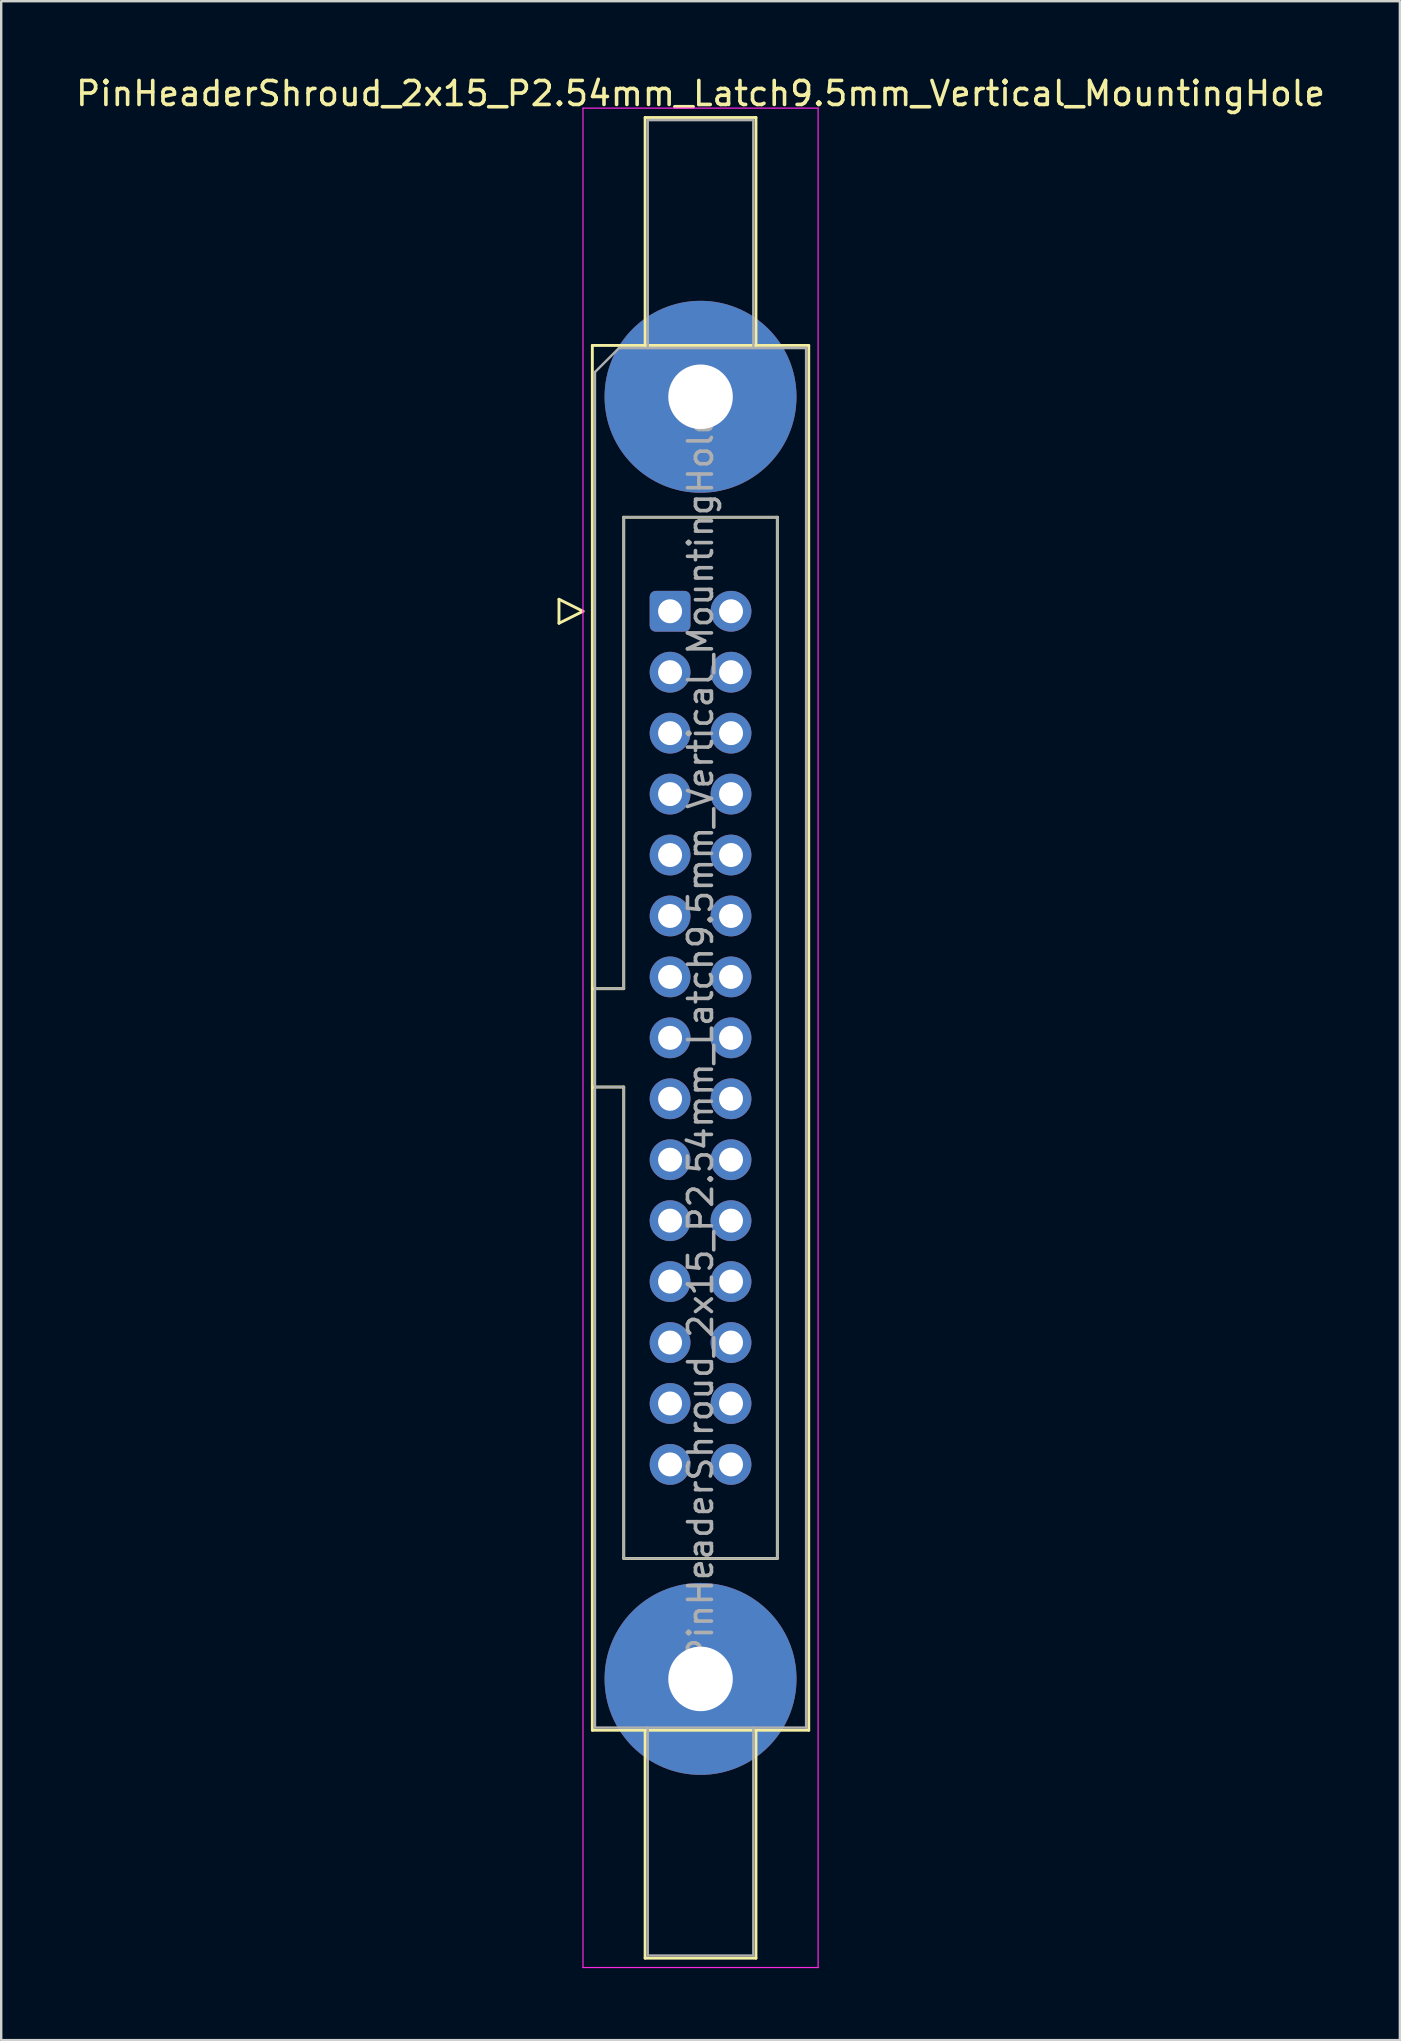
<source format=kicad_pcb>
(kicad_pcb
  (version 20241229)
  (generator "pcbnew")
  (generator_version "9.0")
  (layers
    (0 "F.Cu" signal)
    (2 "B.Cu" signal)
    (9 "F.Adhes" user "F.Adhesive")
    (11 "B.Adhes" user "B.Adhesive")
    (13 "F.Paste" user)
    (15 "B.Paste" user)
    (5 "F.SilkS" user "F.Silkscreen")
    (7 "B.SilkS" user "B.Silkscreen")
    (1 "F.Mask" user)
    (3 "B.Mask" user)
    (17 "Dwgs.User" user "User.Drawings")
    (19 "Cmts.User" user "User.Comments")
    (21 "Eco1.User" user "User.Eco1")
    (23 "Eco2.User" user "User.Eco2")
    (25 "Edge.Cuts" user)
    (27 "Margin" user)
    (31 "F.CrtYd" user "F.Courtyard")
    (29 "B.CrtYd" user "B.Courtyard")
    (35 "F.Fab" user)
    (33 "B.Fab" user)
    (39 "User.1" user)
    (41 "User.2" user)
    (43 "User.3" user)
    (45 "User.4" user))
  (footprint "PinHeaderShroud_2x15_P2.54mm_Latch9.5mm_Vertical_MountingHole"
    (layer "F.Cu")
    (at 24.879 22.428)
    (property "Reference" "PinHeaderShroud_2x15_P2.54mm_Latch9.5mm_Vertical_MountingHole" (at 1.27 -21.58 0) (layer "F.SilkS") (effects (font (size 1 1) (thickness 0.15))))
    (attr through_hole)
    (fp_line (start -4.63 -0.5) (end -4.63 0.5) (stroke (width 0.12) (type solid)) (layer "F.SilkS"))
    (fp_line (start -4.63 0.5) (end -3.63 0) (stroke (width 0.12) (type solid)) (layer "F.SilkS"))
    (fp_line (start -3.63 0) (end -4.63 -0.5) (stroke (width 0.12) (type solid)) (layer "F.SilkS"))
    (fp_line (start -3.24 -11.08) (end 5.78 -11.08) (stroke (width 0.12) (type solid)) (layer "F.SilkS"))
    (fp_line (start -3.24 15.73) (end -1.93 15.73) (stroke (width 0.12) (type solid)) (layer "F.SilkS"))
    (fp_line (start -3.24 19.83) (end -1.93 19.83) (stroke (width 0.12) (type solid)) (layer "F.SilkS"))
    (fp_line (start -3.24 46.64) (end -3.24 -11.08) (stroke (width 0.12) (type solid)) (layer "F.SilkS"))
    (fp_line (start -1.93 -3.92) (end 4.47 -3.92) (stroke (width 0.12) (type solid)) (layer "F.SilkS"))
    (fp_line (start -1.93 15.73) (end -1.93 -3.92) (stroke (width 0.12) (type solid)) (layer "F.SilkS"))
    (fp_line (start -1.93 39.48) (end -1.93 19.83) (stroke (width 0.12) (type solid)) (layer "F.SilkS"))
    (fp_line (start -1.04 -20.58) (end 3.58 -20.58) (stroke (width 0.12) (type solid)) (layer "F.SilkS"))
    (fp_line (start -1.04 -11.08) (end -1.04 -20.58) (stroke (width 0.12) (type solid)) (layer "F.SilkS"))
    (fp_line (start -1.04 46.64) (end -1.04 56.14) (stroke (width 0.12) (type solid)) (layer "F.SilkS"))
    (fp_line (start -1.04 56.14) (end 3.58 56.14) (stroke (width 0.12) (type solid)) (layer "F.SilkS"))
    (fp_line (start 3.58 -20.58) (end 3.58 -11.08) (stroke (width 0.12) (type solid)) (layer "F.SilkS"))
    (fp_line (start 3.58 56.14) (end 3.58 46.64) (stroke (width 0.12) (type solid)) (layer "F.SilkS"))
    (fp_line (start 4.47 -3.92) (end 4.47 39.48) (stroke (width 0.12) (type solid)) (layer "F.SilkS"))
    (fp_line (start 4.47 39.48) (end -1.93 39.48) (stroke (width 0.12) (type solid)) (layer "F.SilkS"))
    (fp_line (start 5.78 -11.08) (end 5.78 46.64) (stroke (width 0.12) (type solid)) (layer "F.SilkS"))
    (fp_line (start 5.78 46.64) (end -3.24 46.64) (stroke (width 0.12) (type solid)) (layer "F.SilkS"))
    (fp_line (start -3.63 -20.97) (end -3.63 56.53) (stroke (width 0.05) (type solid)) (layer "F.CrtYd"))
    (fp_line (start -3.63 56.53) (end 6.17 56.53) (stroke (width 0.05) (type solid)) (layer "F.CrtYd"))
    (fp_line (start 6.17 -20.97) (end -3.63 -20.97) (stroke (width 0.05) (type solid)) (layer "F.CrtYd"))
    (fp_line (start 6.17 56.53) (end 6.17 -20.97) (stroke (width 0.05) (type solid)) (layer "F.CrtYd"))
    (fp_line (start -3.13 -9.97) (end -2.13 -10.97) (stroke (width 0.1) (type solid)) (layer "F.Fab"))
    (fp_line (start -3.13 15.73) (end -1.93 15.73) (stroke (width 0.1) (type solid)) (layer "F.Fab"))
    (fp_line (start -3.13 19.83) (end -1.93 19.83) (stroke (width 0.1) (type solid)) (layer "F.Fab"))
    (fp_line (start -3.13 46.53) (end -3.13 -9.97) (stroke (width 0.1) (type solid)) (layer "F.Fab"))
    (fp_line (start -2.13 -10.97) (end 5.67 -10.97) (stroke (width 0.1) (type solid)) (layer "F.Fab"))
    (fp_line (start -1.93 -3.92) (end 4.47 -3.92) (stroke (width 0.1) (type solid)) (layer "F.Fab"))
    (fp_line (start -1.93 15.73) (end -1.93 -3.92) (stroke (width 0.1) (type solid)) (layer "F.Fab"))
    (fp_line (start -1.93 39.48) (end -1.93 19.83) (stroke (width 0.1) (type solid)) (layer "F.Fab"))
    (fp_line (start -0.93 -20.47) (end 3.47 -20.47) (stroke (width 0.1) (type solid)) (layer "F.Fab"))
    (fp_line (start -0.93 -10.97) (end -0.93 -20.47) (stroke (width 0.1) (type solid)) (layer "F.Fab"))
    (fp_line (start -0.93 46.53) (end -0.93 56.03) (stroke (width 0.1) (type solid)) (layer "F.Fab"))
    (fp_line (start -0.93 56.03) (end 3.47 56.03) (stroke (width 0.1) (type solid)) (layer "F.Fab"))
    (fp_line (start 3.47 -20.47) (end 3.47 -10.97) (stroke (width 0.1) (type solid)) (layer "F.Fab"))
    (fp_line (start 3.47 56.03) (end 3.47 46.53) (stroke (width 0.1) (type solid)) (layer "F.Fab"))
    (fp_line (start 4.47 -3.92) (end 4.47 39.48) (stroke (width 0.1) (type solid)) (layer "F.Fab"))
    (fp_line (start 4.47 39.48) (end -1.93 39.48) (stroke (width 0.1) (type solid)) (layer "F.Fab"))
    (fp_line (start 5.67 -10.97) (end 5.67 46.53) (stroke (width 0.1) (type solid)) (layer "F.Fab"))
    (fp_line (start 5.67 46.53) (end -3.13 46.53) (stroke (width 0.1) (type solid)) (layer "F.Fab"))
    (fp_text user "${REFERENCE}" (at 1.27 17.78 90) (layer "F.Fab") (effects (font (size 1 1) (thickness 0.15))))
    (pad "" thru_hole circle (at 1.27 -8.94) (size 8 8) (drill 2.69) (layers "*.Cu" "*.Mask"))
    (pad "" thru_hole circle (at 1.27 44.5) (size 8 8) (drill 2.69) (layers "*.Cu" "*.Mask"))
    (pad "1" thru_hole roundrect (at 0 0) (size 1.7 1.7) (drill 1) (layers "*.Cu" "*.Mask") (roundrect_rratio 0.147))
    (pad "2" thru_hole circle (at 2.54 0) (size 1.7 1.7) (drill 1) (layers "*.Cu" "*.Mask"))
    (pad "3" thru_hole circle (at 0 2.54) (size 1.7 1.7) (drill 1) (layers "*.Cu" "*.Mask"))
    (pad "4" thru_hole circle (at 2.54 2.54) (size 1.7 1.7) (drill 1) (layers "*.Cu" "*.Mask"))
    (pad "5" thru_hole circle (at 0 5.08) (size 1.7 1.7) (drill 1) (layers "*.Cu" "*.Mask"))
    (pad "6" thru_hole circle (at 2.54 5.08) (size 1.7 1.7) (drill 1) (layers "*.Cu" "*.Mask"))
    (pad "7" thru_hole circle (at 0 7.62) (size 1.7 1.7) (drill 1) (layers "*.Cu" "*.Mask"))
    (pad "8" thru_hole circle (at 2.54 7.62) (size 1.7 1.7) (drill 1) (layers "*.Cu" "*.Mask"))
    (pad "9" thru_hole circle (at 0 10.16) (size 1.7 1.7) (drill 1) (layers "*.Cu" "*.Mask"))
    (pad "10" thru_hole circle (at 2.54 10.16) (size 1.7 1.7) (drill 1) (layers "*.Cu" "*.Mask"))
    (pad "11" thru_hole circle (at 0 12.7) (size 1.7 1.7) (drill 1) (layers "*.Cu" "*.Mask"))
    (pad "12" thru_hole circle (at 2.54 12.7) (size 1.7 1.7) (drill 1) (layers "*.Cu" "*.Mask"))
    (pad "13" thru_hole circle (at 0 15.24) (size 1.7 1.7) (drill 1) (layers "*.Cu" "*.Mask"))
    (pad "14" thru_hole circle (at 2.54 15.24) (size 1.7 1.7) (drill 1) (layers "*.Cu" "*.Mask"))
    (pad "15" thru_hole circle (at 0 17.78) (size 1.7 1.7) (drill 1) (layers "*.Cu" "*.Mask"))
    (pad "16" thru_hole circle (at 2.54 17.78) (size 1.7 1.7) (drill 1) (layers "*.Cu" "*.Mask"))
    (pad "17" thru_hole circle (at 0 20.32) (size 1.7 1.7) (drill 1) (layers "*.Cu" "*.Mask"))
    (pad "18" thru_hole circle (at 2.54 20.32) (size 1.7 1.7) (drill 1) (layers "*.Cu" "*.Mask"))
    (pad "19" thru_hole circle (at 0 22.86) (size 1.7 1.7) (drill 1) (layers "*.Cu" "*.Mask"))
    (pad "20" thru_hole circle (at 2.54 22.86) (size 1.7 1.7) (drill 1) (layers "*.Cu" "*.Mask"))
    (pad "21" thru_hole circle (at 0 25.4) (size 1.7 1.7) (drill 1) (layers "*.Cu" "*.Mask"))
    (pad "22" thru_hole circle (at 2.54 25.4) (size 1.7 1.7) (drill 1) (layers "*.Cu" "*.Mask"))
    (pad "23" thru_hole circle (at 0 27.94) (size 1.7 1.7) (drill 1) (layers "*.Cu" "*.Mask"))
    (pad "24" thru_hole circle (at 2.54 27.94) (size 1.7 1.7) (drill 1) (layers "*.Cu" "*.Mask"))
    (pad "25" thru_hole circle (at 0 30.48) (size 1.7 1.7) (drill 1) (layers "*.Cu" "*.Mask"))
    (pad "26" thru_hole circle (at 2.54 30.48) (size 1.7 1.7) (drill 1) (layers "*.Cu" "*.Mask"))
    (pad "27" thru_hole circle (at 0 33.02) (size 1.7 1.7) (drill 1) (layers "*.Cu" "*.Mask"))
    (pad "28" thru_hole circle (at 2.54 33.02) (size 1.7 1.7) (drill 1) (layers "*.Cu" "*.Mask"))
    (pad "29" thru_hole circle (at 0 35.56) (size 1.7 1.7) (drill 1) (layers "*.Cu" "*.Mask"))
    (pad "30" thru_hole circle (at 2.54 35.56) (size 1.7 1.7) (drill 1) (layers "*.Cu" "*.Mask")))
  (gr_rect
    (start -3 -3)
    (end 55.298 81.983)
    (stroke (width 0.1) (type default))
    (fill no)
    (layer "Edge.Cuts")))
</source>
